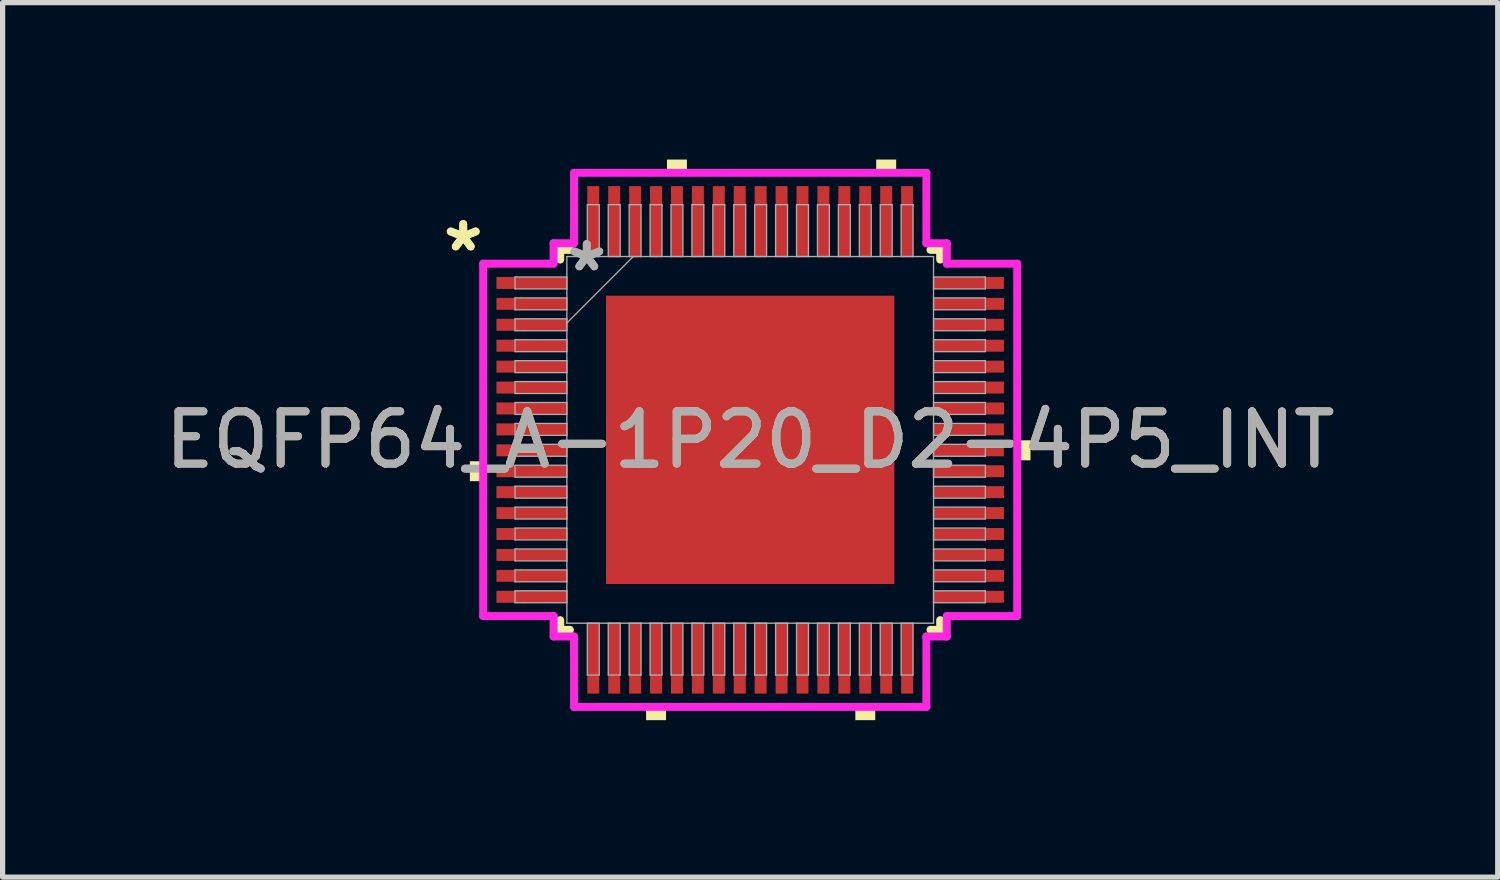
<source format=kicad_pcb>
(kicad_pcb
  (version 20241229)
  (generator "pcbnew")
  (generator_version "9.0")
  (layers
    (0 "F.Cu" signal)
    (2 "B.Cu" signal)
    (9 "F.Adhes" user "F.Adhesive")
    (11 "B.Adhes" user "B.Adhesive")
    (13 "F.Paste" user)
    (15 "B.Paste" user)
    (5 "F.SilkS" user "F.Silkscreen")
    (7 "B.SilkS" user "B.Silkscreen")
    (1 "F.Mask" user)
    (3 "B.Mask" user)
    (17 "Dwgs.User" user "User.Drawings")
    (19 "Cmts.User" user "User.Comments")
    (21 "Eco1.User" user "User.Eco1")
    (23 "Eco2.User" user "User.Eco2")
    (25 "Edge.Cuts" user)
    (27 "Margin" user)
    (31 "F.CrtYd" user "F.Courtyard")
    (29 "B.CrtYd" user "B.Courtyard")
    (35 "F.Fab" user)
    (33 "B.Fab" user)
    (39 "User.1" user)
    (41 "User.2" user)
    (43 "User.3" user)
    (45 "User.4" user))
  (footprint "EQFP64_A-1P20_D2-4P5_INT"
    (layer "F.Cu")
    (at 11.292 5.359)
    (property "Reference" "EQFP64_A-1P20_D2-4P5_INT" (at 0 0 0) (unlocked yes) (layer "F.SilkS") (effects (font (size 1 1) (thickness 0.15))))
    (attr smd)
    (fp_line (start -3.632 -3.632) (end -3.632 -3.447) (stroke (width 0.152) (type solid)) (layer "F.SilkS"))
    (fp_line (start -3.632 3.447) (end -3.632 3.632) (stroke (width 0.152) (type solid)) (layer "F.SilkS"))
    (fp_line (start -3.632 3.632) (end -3.447 3.632) (stroke (width 0.152) (type solid)) (layer "F.SilkS"))
    (fp_line (start -3.447 -3.632) (end -3.632 -3.632) (stroke (width 0.152) (type solid)) (layer "F.SilkS"))
    (fp_line (start 3.447 3.632) (end 3.632 3.632) (stroke (width 0.152) (type solid)) (layer "F.SilkS"))
    (fp_line (start 3.632 -3.632) (end 3.447 -3.632) (stroke (width 0.152) (type solid)) (layer "F.SilkS"))
    (fp_line (start 3.632 -3.447) (end 3.632 -3.632) (stroke (width 0.152) (type solid)) (layer "F.SilkS"))
    (fp_line (start 3.632 3.632) (end 3.632 3.447) (stroke (width 0.152) (type solid)) (layer "F.SilkS"))
    (fp_poly (pts (xy -5.359 0.409) (xy -5.359 0.79) (xy -5.105 0.79) (xy -5.105 0.409)) (stroke (width 0) (type solid)) (fill yes) (layer "F.SilkS"))
    (fp_poly (pts (xy -1.99 5.105) (xy -1.99 5.359) (xy -1.609 5.359) (xy -1.609 5.105)) (stroke (width 0) (type solid)) (fill yes) (layer "F.SilkS"))
    (fp_poly (pts (xy -1.591 -5.105) (xy -1.591 -5.359) (xy -1.21 -5.359) (xy -1.21 -5.105)) (stroke (width 0) (type solid)) (fill yes) (layer "F.SilkS"))
    (fp_poly (pts (xy 2.01 5.105) (xy 2.01 5.359) (xy 2.391 5.359) (xy 2.391 5.105)) (stroke (width 0) (type solid)) (fill yes) (layer "F.SilkS"))
    (fp_poly (pts (xy 2.409 -5.105) (xy 2.409 -5.359) (xy 2.791 -5.359) (xy 2.791 -5.105)) (stroke (width 0) (type solid)) (fill yes) (layer "F.SilkS"))
    (fp_poly (pts (xy 5.359 0.009) (xy 5.359 0.391) (xy 5.105 0.391) (xy 5.105 0.009)) (stroke (width 0) (type solid)) (fill yes) (layer "F.SilkS"))
    (fp_poly (pts (xy -2.656 -2.656) (xy -2.656 -1.478) (xy -1.478 -1.478) (xy -1.478 -2.656)) (stroke (width 0) (type solid)) (fill yes) (layer "F.Paste"))
    (fp_poly (pts (xy -2.656 -1.278) (xy -2.656 -0.1) (xy -1.478 -0.1) (xy -1.478 -1.278)) (stroke (width 0) (type solid)) (fill yes) (layer "F.Paste"))
    (fp_poly (pts (xy -2.656 0.1) (xy -2.656 1.278) (xy -1.478 1.278) (xy -1.478 0.1)) (stroke (width 0) (type solid)) (fill yes) (layer "F.Paste"))
    (fp_poly (pts (xy -2.656 1.478) (xy -2.656 2.656) (xy -1.478 2.656) (xy -1.478 1.478)) (stroke (width 0) (type solid)) (fill yes) (layer "F.Paste"))
    (fp_poly (pts (xy -1.278 -2.656) (xy -1.278 -1.478) (xy -0.1 -1.478) (xy -0.1 -2.656)) (stroke (width 0) (type solid)) (fill yes) (layer "F.Paste"))
    (fp_poly (pts (xy -1.278 -1.278) (xy -1.278 -0.1) (xy -0.1 -0.1) (xy -0.1 -1.278)) (stroke (width 0) (type solid)) (fill yes) (layer "F.Paste"))
    (fp_poly (pts (xy -1.278 0.1) (xy -1.278 1.278) (xy -0.1 1.278) (xy -0.1 0.1)) (stroke (width 0) (type solid)) (fill yes) (layer "F.Paste"))
    (fp_poly (pts (xy -1.278 1.478) (xy -1.278 2.656) (xy -0.1 2.656) (xy -0.1 1.478)) (stroke (width 0) (type solid)) (fill yes) (layer "F.Paste"))
    (fp_poly (pts (xy 0.1 -2.656) (xy 0.1 -1.478) (xy 1.278 -1.478) (xy 1.278 -2.656)) (stroke (width 0) (type solid)) (fill yes) (layer "F.Paste"))
    (fp_poly (pts (xy 0.1 -1.278) (xy 0.1 -0.1) (xy 1.278 -0.1) (xy 1.278 -1.278)) (stroke (width 0) (type solid)) (fill yes) (layer "F.Paste"))
    (fp_poly (pts (xy 0.1 0.1) (xy 0.1 1.278) (xy 1.278 1.278) (xy 1.278 0.1)) (stroke (width 0) (type solid)) (fill yes) (layer "F.Paste"))
    (fp_poly (pts (xy 0.1 1.478) (xy 0.1 2.656) (xy 1.278 2.656) (xy 1.278 1.478)) (stroke (width 0) (type solid)) (fill yes) (layer "F.Paste"))
    (fp_poly (pts (xy 1.478 -2.656) (xy 1.478 -1.478) (xy 2.656 -1.478) (xy 2.656 -2.656)) (stroke (width 0) (type solid)) (fill yes) (layer "F.Paste"))
    (fp_poly (pts (xy 1.478 -1.278) (xy 1.478 -0.1) (xy 2.656 -0.1) (xy 2.656 -1.278)) (stroke (width 0) (type solid)) (fill yes) (layer "F.Paste"))
    (fp_poly (pts (xy 1.478 0.1) (xy 1.478 1.278) (xy 2.656 1.278) (xy 2.656 0.1)) (stroke (width 0) (type solid)) (fill yes) (layer "F.Paste"))
    (fp_poly (pts (xy 1.478 1.478) (xy 1.478 2.656) (xy 2.656 2.656) (xy 2.656 1.478)) (stroke (width 0) (type solid)) (fill yes) (layer "F.Paste"))
    (fp_line (start -5.105 -3.368) (end -3.759 -3.368) (stroke (width 0.152) (type solid)) (layer "F.CrtYd"))
    (fp_line (start -5.105 3.368) (end -5.105 -3.368) (stroke (width 0.152) (type solid)) (layer "F.CrtYd"))
    (fp_line (start -3.759 -3.759) (end -3.368 -3.759) (stroke (width 0.152) (type solid)) (layer "F.CrtYd"))
    (fp_line (start -3.759 -3.368) (end -3.759 -3.759) (stroke (width 0.152) (type solid)) (layer "F.CrtYd"))
    (fp_line (start -3.759 3.368) (end -5.105 3.368) (stroke (width 0.152) (type solid)) (layer "F.CrtYd"))
    (fp_line (start -3.759 3.759) (end -3.759 3.368) (stroke (width 0.152) (type solid)) (layer "F.CrtYd"))
    (fp_line (start -3.759 3.759) (end -3.368 3.759) (stroke (width 0.152) (type solid)) (layer "F.CrtYd"))
    (fp_line (start -3.368 -5.105) (end 3.368 -5.105) (stroke (width 0.152) (type solid)) (layer "F.CrtYd"))
    (fp_line (start -3.368 -3.759) (end -3.368 -5.105) (stroke (width 0.152) (type solid)) (layer "F.CrtYd"))
    (fp_line (start -3.368 3.759) (end -3.368 5.105) (stroke (width 0.152) (type solid)) (layer "F.CrtYd"))
    (fp_line (start -3.368 5.105) (end 3.368 5.105) (stroke (width 0.152) (type solid)) (layer "F.CrtYd"))
    (fp_line (start 3.368 -5.105) (end 3.368 -3.759) (stroke (width 0.152) (type solid)) (layer "F.CrtYd"))
    (fp_line (start 3.368 -3.759) (end 3.759 -3.759) (stroke (width 0.152) (type solid)) (layer "F.CrtYd"))
    (fp_line (start 3.368 3.759) (end 3.759 3.759) (stroke (width 0.152) (type solid)) (layer "F.CrtYd"))
    (fp_line (start 3.368 5.105) (end 3.368 3.759) (stroke (width 0.152) (type solid)) (layer "F.CrtYd"))
    (fp_line (start 3.759 -3.368) (end 3.759 -3.759) (stroke (width 0.152) (type solid)) (layer "F.CrtYd"))
    (fp_line (start 3.759 3.368) (end 5.105 3.368) (stroke (width 0.152) (type solid)) (layer "F.CrtYd"))
    (fp_line (start 3.759 3.759) (end 3.759 3.368) (stroke (width 0.152) (type solid)) (layer "F.CrtYd"))
    (fp_line (start 5.105 -3.368) (end 3.759 -3.368) (stroke (width 0.152) (type solid)) (layer "F.CrtYd"))
    (fp_line (start 5.105 3.368) (end 5.105 -3.368) (stroke (width 0.152) (type solid)) (layer "F.CrtYd"))
    (fp_line (start -4.496 -3.114) (end -4.496 -2.886) (stroke (width 0.025) (type solid)) (layer "F.Fab"))
    (fp_line (start -4.496 -2.886) (end -3.505 -2.886) (stroke (width 0.025) (type solid)) (layer "F.Fab"))
    (fp_line (start -4.496 -2.714) (end -4.496 -2.486) (stroke (width 0.025) (type solid)) (layer "F.Fab"))
    (fp_line (start -4.496 -2.486) (end -3.505 -2.486) (stroke (width 0.025) (type solid)) (layer "F.Fab"))
    (fp_line (start -4.496 -2.314) (end -4.496 -2.086) (stroke (width 0.025) (type solid)) (layer "F.Fab"))
    (fp_line (start -4.496 -2.086) (end -3.505 -2.086) (stroke (width 0.025) (type solid)) (layer "F.Fab"))
    (fp_line (start -4.496 -1.914) (end -4.496 -1.686) (stroke (width 0.025) (type solid)) (layer "F.Fab"))
    (fp_line (start -4.496 -1.686) (end -3.505 -1.686) (stroke (width 0.025) (type solid)) (layer "F.Fab"))
    (fp_line (start -4.496 -1.514) (end -4.496 -1.286) (stroke (width 0.025) (type solid)) (layer "F.Fab"))
    (fp_line (start -4.496 -1.286) (end -3.505 -1.286) (stroke (width 0.025) (type solid)) (layer "F.Fab"))
    (fp_line (start -4.496 -1.114) (end -4.496 -0.886) (stroke (width 0.025) (type solid)) (layer "F.Fab"))
    (fp_line (start -4.496 -0.886) (end -3.505 -0.886) (stroke (width 0.025) (type solid)) (layer "F.Fab"))
    (fp_line (start -4.496 -0.714) (end -4.496 -0.486) (stroke (width 0.025) (type solid)) (layer "F.Fab"))
    (fp_line (start -4.496 -0.486) (end -3.505 -0.486) (stroke (width 0.025) (type solid)) (layer "F.Fab"))
    (fp_line (start -4.496 -0.314) (end -4.496 -0.086) (stroke (width 0.025) (type solid)) (layer "F.Fab"))
    (fp_line (start -4.496 -0.086) (end -3.505 -0.086) (stroke (width 0.025) (type solid)) (layer "F.Fab"))
    (fp_line (start -4.496 0.086) (end -4.496 0.314) (stroke (width 0.025) (type solid)) (layer "F.Fab"))
    (fp_line (start -4.496 0.314) (end -3.505 0.314) (stroke (width 0.025) (type solid)) (layer "F.Fab"))
    (fp_line (start -4.496 0.486) (end -4.496 0.714) (stroke (width 0.025) (type solid)) (layer "F.Fab"))
    (fp_line (start -4.496 0.714) (end -3.505 0.714) (stroke (width 0.025) (type solid)) (layer "F.Fab"))
    (fp_line (start -4.496 0.886) (end -4.496 1.114) (stroke (width 0.025) (type solid)) (layer "F.Fab"))
    (fp_line (start -4.496 1.114) (end -3.505 1.114) (stroke (width 0.025) (type solid)) (layer "F.Fab"))
    (fp_line (start -4.496 1.286) (end -4.496 1.514) (stroke (width 0.025) (type solid)) (layer "F.Fab"))
    (fp_line (start -4.496 1.514) (end -3.505 1.514) (stroke (width 0.025) (type solid)) (layer "F.Fab"))
    (fp_line (start -4.496 1.686) (end -4.496 1.914) (stroke (width 0.025) (type solid)) (layer "F.Fab"))
    (fp_line (start -4.496 1.914) (end -3.505 1.914) (stroke (width 0.025) (type solid)) (layer "F.Fab"))
    (fp_line (start -4.496 2.086) (end -4.496 2.314) (stroke (width 0.025) (type solid)) (layer "F.Fab"))
    (fp_line (start -4.496 2.314) (end -3.505 2.314) (stroke (width 0.025) (type solid)) (layer "F.Fab"))
    (fp_line (start -4.496 2.486) (end -4.496 2.714) (stroke (width 0.025) (type solid)) (layer "F.Fab"))
    (fp_line (start -4.496 2.714) (end -3.505 2.714) (stroke (width 0.025) (type solid)) (layer "F.Fab"))
    (fp_line (start -4.496 2.886) (end -4.496 3.114) (stroke (width 0.025) (type solid)) (layer "F.Fab"))
    (fp_line (start -4.496 3.114) (end -3.505 3.114) (stroke (width 0.025) (type solid)) (layer "F.Fab"))
    (fp_line (start -3.505 -3.505) (end -3.505 -3.505) (stroke (width 0.025) (type solid)) (layer "F.Fab"))
    (fp_line (start -3.505 -3.505) (end -3.505 3.505) (stroke (width 0.025) (type solid)) (layer "F.Fab"))
    (fp_line (start -3.505 -3.114) (end -4.496 -3.114) (stroke (width 0.025) (type solid)) (layer "F.Fab"))
    (fp_line (start -3.505 -2.886) (end -3.505 -3.114) (stroke (width 0.025) (type solid)) (layer "F.Fab"))
    (fp_line (start -3.505 -2.714) (end -4.496 -2.714) (stroke (width 0.025) (type solid)) (layer "F.Fab"))
    (fp_line (start -3.505 -2.486) (end -3.505 -2.714) (stroke (width 0.025) (type solid)) (layer "F.Fab"))
    (fp_line (start -3.505 -2.314) (end -4.496 -2.314) (stroke (width 0.025) (type solid)) (layer "F.Fab"))
    (fp_line (start -3.505 -2.235) (end -2.235 -3.505) (stroke (width 0.025) (type solid)) (layer "F.Fab"))
    (fp_line (start -3.505 -2.086) (end -3.505 -2.314) (stroke (width 0.025) (type solid)) (layer "F.Fab"))
    (fp_line (start -3.505 -1.914) (end -4.496 -1.914) (stroke (width 0.025) (type solid)) (layer "F.Fab"))
    (fp_line (start -3.505 -1.686) (end -3.505 -1.914) (stroke (width 0.025) (type solid)) (layer "F.Fab"))
    (fp_line (start -3.505 -1.514) (end -4.496 -1.514) (stroke (width 0.025) (type solid)) (layer "F.Fab"))
    (fp_line (start -3.505 -1.286) (end -3.505 -1.514) (stroke (width 0.025) (type solid)) (layer "F.Fab"))
    (fp_line (start -3.505 -1.114) (end -4.496 -1.114) (stroke (width 0.025) (type solid)) (layer "F.Fab"))
    (fp_line (start -3.505 -0.886) (end -3.505 -1.114) (stroke (width 0.025) (type solid)) (layer "F.Fab"))
    (fp_line (start -3.505 -0.714) (end -4.496 -0.714) (stroke (width 0.025) (type solid)) (layer "F.Fab"))
    (fp_line (start -3.505 -0.486) (end -3.505 -0.714) (stroke (width 0.025) (type solid)) (layer "F.Fab"))
    (fp_line (start -3.505 -0.314) (end -4.496 -0.314) (stroke (width 0.025) (type solid)) (layer "F.Fab"))
    (fp_line (start -3.505 -0.086) (end -3.505 -0.314) (stroke (width 0.025) (type solid)) (layer "F.Fab"))
    (fp_line (start -3.505 0.086) (end -4.496 0.086) (stroke (width 0.025) (type solid)) (layer "F.Fab"))
    (fp_line (start -3.505 0.314) (end -3.505 0.086) (stroke (width 0.025) (type solid)) (layer "F.Fab"))
    (fp_line (start -3.505 0.486) (end -4.496 0.486) (stroke (width 0.025) (type solid)) (layer "F.Fab"))
    (fp_line (start -3.505 0.714) (end -3.505 0.486) (stroke (width 0.025) (type solid)) (layer "F.Fab"))
    (fp_line (start -3.505 0.886) (end -4.496 0.886) (stroke (width 0.025) (type solid)) (layer "F.Fab"))
    (fp_line (start -3.505 1.114) (end -3.505 0.886) (stroke (width 0.025) (type solid)) (layer "F.Fab"))
    (fp_line (start -3.505 1.286) (end -4.496 1.286) (stroke (width 0.025) (type solid)) (layer "F.Fab"))
    (fp_line (start -3.505 1.514) (end -3.505 1.286) (stroke (width 0.025) (type solid)) (layer "F.Fab"))
    (fp_line (start -3.505 1.686) (end -4.496 1.686) (stroke (width 0.025) (type solid)) (layer "F.Fab"))
    (fp_line (start -3.505 1.914) (end -3.505 1.686) (stroke (width 0.025) (type solid)) (layer "F.Fab"))
    (fp_line (start -3.505 2.086) (end -4.496 2.086) (stroke (width 0.025) (type solid)) (layer "F.Fab"))
    (fp_line (start -3.505 2.314) (end -3.505 2.086) (stroke (width 0.025) (type solid)) (layer "F.Fab"))
    (fp_line (start -3.505 2.486) (end -4.496 2.486) (stroke (width 0.025) (type solid)) (layer "F.Fab"))
    (fp_line (start -3.505 2.714) (end -3.505 2.486) (stroke (width 0.025) (type solid)) (layer "F.Fab"))
    (fp_line (start -3.505 2.886) (end -4.496 2.886) (stroke (width 0.025) (type solid)) (layer "F.Fab"))
    (fp_line (start -3.505 3.114) (end -3.505 2.886) (stroke (width 0.025) (type solid)) (layer "F.Fab"))
    (fp_line (start -3.505 3.505) (end -3.505 3.505) (stroke (width 0.025) (type solid)) (layer "F.Fab"))
    (fp_line (start -3.505 3.505) (end 3.505 3.505) (stroke (width 0.025) (type solid)) (layer "F.Fab"))
    (fp_line (start -3.114 -4.496) (end -3.114 -3.505) (stroke (width 0.025) (type solid)) (layer "F.Fab"))
    (fp_line (start -3.114 -3.505) (end -2.886 -3.505) (stroke (width 0.025) (type solid)) (layer "F.Fab"))
    (fp_line (start -3.114 3.505) (end -3.114 4.496) (stroke (width 0.025) (type solid)) (layer "F.Fab"))
    (fp_line (start -3.114 4.496) (end -2.886 4.496) (stroke (width 0.025) (type solid)) (layer "F.Fab"))
    (fp_line (start -2.886 -4.496) (end -3.114 -4.496) (stroke (width 0.025) (type solid)) (layer "F.Fab"))
    (fp_line (start -2.886 -3.505) (end -2.886 -4.496) (stroke (width 0.025) (type solid)) (layer "F.Fab"))
    (fp_line (start -2.886 3.505) (end -3.114 3.505) (stroke (width 0.025) (type solid)) (layer "F.Fab"))
    (fp_line (start -2.886 4.496) (end -2.886 3.505) (stroke (width 0.025) (type solid)) (layer "F.Fab"))
    (fp_line (start -2.714 -4.496) (end -2.714 -3.505) (stroke (width 0.025) (type solid)) (layer "F.Fab"))
    (fp_line (start -2.714 -3.505) (end -2.486 -3.505) (stroke (width 0.025) (type solid)) (layer "F.Fab"))
    (fp_line (start -2.714 3.505) (end -2.714 4.496) (stroke (width 0.025) (type solid)) (layer "F.Fab"))
    (fp_line (start -2.714 4.496) (end -2.486 4.496) (stroke (width 0.025) (type solid)) (layer "F.Fab"))
    (fp_line (start -2.486 -4.496) (end -2.714 -4.496) (stroke (width 0.025) (type solid)) (layer "F.Fab"))
    (fp_line (start -2.486 -3.505) (end -2.486 -4.496) (stroke (width 0.025) (type solid)) (layer "F.Fab"))
    (fp_line (start -2.486 3.505) (end -2.714 3.505) (stroke (width 0.025) (type solid)) (layer "F.Fab"))
    (fp_line (start -2.486 4.496) (end -2.486 3.505) (stroke (width 0.025) (type solid)) (layer "F.Fab"))
    (fp_line (start -2.314 -4.496) (end -2.314 -3.505) (stroke (width 0.025) (type solid)) (layer "F.Fab"))
    (fp_line (start -2.314 -3.505) (end -2.086 -3.505) (stroke (width 0.025) (type solid)) (layer "F.Fab"))
    (fp_line (start -2.314 3.505) (end -2.314 4.496) (stroke (width 0.025) (type solid)) (layer "F.Fab"))
    (fp_line (start -2.314 4.496) (end -2.086 4.496) (stroke (width 0.025) (type solid)) (layer "F.Fab"))
    (fp_line (start -2.086 -4.496) (end -2.314 -4.496) (stroke (width 0.025) (type solid)) (layer "F.Fab"))
    (fp_line (start -2.086 -3.505) (end -2.086 -4.496) (stroke (width 0.025) (type solid)) (layer "F.Fab"))
    (fp_line (start -2.086 3.505) (end -2.314 3.505) (stroke (width 0.025) (type solid)) (layer "F.Fab"))
    (fp_line (start -2.086 4.496) (end -2.086 3.505) (stroke (width 0.025) (type solid)) (layer "F.Fab"))
    (fp_line (start -1.914 -4.496) (end -1.914 -3.505) (stroke (width 0.025) (type solid)) (layer "F.Fab"))
    (fp_line (start -1.914 -3.505) (end -1.686 -3.505) (stroke (width 0.025) (type solid)) (layer "F.Fab"))
    (fp_line (start -1.914 3.505) (end -1.914 4.496) (stroke (width 0.025) (type solid)) (layer "F.Fab"))
    (fp_line (start -1.914 4.496) (end -1.686 4.496) (stroke (width 0.025) (type solid)) (layer "F.Fab"))
    (fp_line (start -1.686 -4.496) (end -1.914 -4.496) (stroke (width 0.025) (type solid)) (layer "F.Fab"))
    (fp_line (start -1.686 -3.505) (end -1.686 -4.496) (stroke (width 0.025) (type solid)) (layer "F.Fab"))
    (fp_line (start -1.686 3.505) (end -1.914 3.505) (stroke (width 0.025) (type solid)) (layer "F.Fab"))
    (fp_line (start -1.686 4.496) (end -1.686 3.505) (stroke (width 0.025) (type solid)) (layer "F.Fab"))
    (fp_line (start -1.514 -4.496) (end -1.514 -3.505) (stroke (width 0.025) (type solid)) (layer "F.Fab"))
    (fp_line (start -1.514 -3.505) (end -1.286 -3.505) (stroke (width 0.025) (type solid)) (layer "F.Fab"))
    (fp_line (start -1.514 3.505) (end -1.514 4.496) (stroke (width 0.025) (type solid)) (layer "F.Fab"))
    (fp_line (start -1.514 4.496) (end -1.286 4.496) (stroke (width 0.025) (type solid)) (layer "F.Fab"))
    (fp_line (start -1.286 -4.496) (end -1.514 -4.496) (stroke (width 0.025) (type solid)) (layer "F.Fab"))
    (fp_line (start -1.286 -3.505) (end -1.286 -4.496) (stroke (width 0.025) (type solid)) (layer "F.Fab"))
    (fp_line (start -1.286 3.505) (end -1.514 3.505) (stroke (width 0.025) (type solid)) (layer "F.Fab"))
    (fp_line (start -1.286 4.496) (end -1.286 3.505) (stroke (width 0.025) (type solid)) (layer "F.Fab"))
    (fp_line (start -1.114 -4.496) (end -1.114 -3.505) (stroke (width 0.025) (type solid)) (layer "F.Fab"))
    (fp_line (start -1.114 -3.505) (end -0.886 -3.505) (stroke (width 0.025) (type solid)) (layer "F.Fab"))
    (fp_line (start -1.114 3.505) (end -1.114 4.496) (stroke (width 0.025) (type solid)) (layer "F.Fab"))
    (fp_line (start -1.114 4.496) (end -0.886 4.496) (stroke (width 0.025) (type solid)) (layer "F.Fab"))
    (fp_line (start -0.886 -4.496) (end -1.114 -4.496) (stroke (width 0.025) (type solid)) (layer "F.Fab"))
    (fp_line (start -0.886 -3.505) (end -0.886 -4.496) (stroke (width 0.025) (type solid)) (layer "F.Fab"))
    (fp_line (start -0.886 3.505) (end -1.114 3.505) (stroke (width 0.025) (type solid)) (layer "F.Fab"))
    (fp_line (start -0.886 4.496) (end -0.886 3.505) (stroke (width 0.025) (type solid)) (layer "F.Fab"))
    (fp_line (start -0.714 -4.496) (end -0.714 -3.505) (stroke (width 0.025) (type solid)) (layer "F.Fab"))
    (fp_line (start -0.714 -3.505) (end -0.486 -3.505) (stroke (width 0.025) (type solid)) (layer "F.Fab"))
    (fp_line (start -0.714 3.505) (end -0.714 4.496) (stroke (width 0.025) (type solid)) (layer "F.Fab"))
    (fp_line (start -0.714 4.496) (end -0.486 4.496) (stroke (width 0.025) (type solid)) (layer "F.Fab"))
    (fp_line (start -0.486 -4.496) (end -0.714 -4.496) (stroke (width 0.025) (type solid)) (layer "F.Fab"))
    (fp_line (start -0.486 -3.505) (end -0.486 -4.496) (stroke (width 0.025) (type solid)) (layer "F.Fab"))
    (fp_line (start -0.486 3.505) (end -0.714 3.505) (stroke (width 0.025) (type solid)) (layer "F.Fab"))
    (fp_line (start -0.486 4.496) (end -0.486 3.505) (stroke (width 0.025) (type solid)) (layer "F.Fab"))
    (fp_line (start -0.314 -4.496) (end -0.314 -3.505) (stroke (width 0.025) (type solid)) (layer "F.Fab"))
    (fp_line (start -0.314 -3.505) (end -0.086 -3.505) (stroke (width 0.025) (type solid)) (layer "F.Fab"))
    (fp_line (start -0.314 3.505) (end -0.314 4.496) (stroke (width 0.025) (type solid)) (layer "F.Fab"))
    (fp_line (start -0.314 4.496) (end -0.086 4.496) (stroke (width 0.025) (type solid)) (layer "F.Fab"))
    (fp_line (start -0.086 -4.496) (end -0.314 -4.496) (stroke (width 0.025) (type solid)) (layer "F.Fab"))
    (fp_line (start -0.086 -3.505) (end -0.086 -4.496) (stroke (width 0.025) (type solid)) (layer "F.Fab"))
    (fp_line (start -0.086 3.505) (end -0.314 3.505) (stroke (width 0.025) (type solid)) (layer "F.Fab"))
    (fp_line (start -0.086 4.496) (end -0.086 3.505) (stroke (width 0.025) (type solid)) (layer "F.Fab"))
    (fp_line (start 0.086 -4.496) (end 0.086 -3.505) (stroke (width 0.025) (type solid)) (layer "F.Fab"))
    (fp_line (start 0.086 -3.505) (end 0.314 -3.505) (stroke (width 0.025) (type solid)) (layer "F.Fab"))
    (fp_line (start 0.086 3.505) (end 0.086 4.496) (stroke (width 0.025) (type solid)) (layer "F.Fab"))
    (fp_line (start 0.086 4.496) (end 0.314 4.496) (stroke (width 0.025) (type solid)) (layer "F.Fab"))
    (fp_line (start 0.314 -4.496) (end 0.086 -4.496) (stroke (width 0.025) (type solid)) (layer "F.Fab"))
    (fp_line (start 0.314 -3.505) (end 0.314 -4.496) (stroke (width 0.025) (type solid)) (layer "F.Fab"))
    (fp_line (start 0.314 3.505) (end 0.086 3.505) (stroke (width 0.025) (type solid)) (layer "F.Fab"))
    (fp_line (start 0.314 4.496) (end 0.314 3.505) (stroke (width 0.025) (type solid)) (layer "F.Fab"))
    (fp_line (start 0.486 -4.496) (end 0.486 -3.505) (stroke (width 0.025) (type solid)) (layer "F.Fab"))
    (fp_line (start 0.486 -3.505) (end 0.714 -3.505) (stroke (width 0.025) (type solid)) (layer "F.Fab"))
    (fp_line (start 0.486 3.505) (end 0.486 4.496) (stroke (width 0.025) (type solid)) (layer "F.Fab"))
    (fp_line (start 0.486 4.496) (end 0.714 4.496) (stroke (width 0.025) (type solid)) (layer "F.Fab"))
    (fp_line (start 0.714 -4.496) (end 0.486 -4.496) (stroke (width 0.025) (type solid)) (layer "F.Fab"))
    (fp_line (start 0.714 -3.505) (end 0.714 -4.496) (stroke (width 0.025) (type solid)) (layer "F.Fab"))
    (fp_line (start 0.714 3.505) (end 0.486 3.505) (stroke (width 0.025) (type solid)) (layer "F.Fab"))
    (fp_line (start 0.714 4.496) (end 0.714 3.505) (stroke (width 0.025) (type solid)) (layer "F.Fab"))
    (fp_line (start 0.886 -4.496) (end 0.886 -3.505) (stroke (width 0.025) (type solid)) (layer "F.Fab"))
    (fp_line (start 0.886 -3.505) (end 1.114 -3.505) (stroke (width 0.025) (type solid)) (layer "F.Fab"))
    (fp_line (start 0.886 3.505) (end 0.886 4.496) (stroke (width 0.025) (type solid)) (layer "F.Fab"))
    (fp_line (start 0.886 4.496) (end 1.114 4.496) (stroke (width 0.025) (type solid)) (layer "F.Fab"))
    (fp_line (start 1.114 -4.496) (end 0.886 -4.496) (stroke (width 0.025) (type solid)) (layer "F.Fab"))
    (fp_line (start 1.114 -3.505) (end 1.114 -4.496) (stroke (width 0.025) (type solid)) (layer "F.Fab"))
    (fp_line (start 1.114 3.505) (end 0.886 3.505) (stroke (width 0.025) (type solid)) (layer "F.Fab"))
    (fp_line (start 1.114 4.496) (end 1.114 3.505) (stroke (width 0.025) (type solid)) (layer "F.Fab"))
    (fp_line (start 1.286 -4.496) (end 1.286 -3.505) (stroke (width 0.025) (type solid)) (layer "F.Fab"))
    (fp_line (start 1.286 -3.505) (end 1.514 -3.505) (stroke (width 0.025) (type solid)) (layer "F.Fab"))
    (fp_line (start 1.286 3.505) (end 1.286 4.496) (stroke (width 0.025) (type solid)) (layer "F.Fab"))
    (fp_line (start 1.286 4.496) (end 1.514 4.496) (stroke (width 0.025) (type solid)) (layer "F.Fab"))
    (fp_line (start 1.514 -4.496) (end 1.286 -4.496) (stroke (width 0.025) (type solid)) (layer "F.Fab"))
    (fp_line (start 1.514 -3.505) (end 1.514 -4.496) (stroke (width 0.025) (type solid)) (layer "F.Fab"))
    (fp_line (start 1.514 3.505) (end 1.286 3.505) (stroke (width 0.025) (type solid)) (layer "F.Fab"))
    (fp_line (start 1.514 4.496) (end 1.514 3.505) (stroke (width 0.025) (type solid)) (layer "F.Fab"))
    (fp_line (start 1.686 -4.496) (end 1.686 -3.505) (stroke (width 0.025) (type solid)) (layer "F.Fab"))
    (fp_line (start 1.686 -3.505) (end 1.914 -3.505) (stroke (width 0.025) (type solid)) (layer "F.Fab"))
    (fp_line (start 1.686 3.505) (end 1.686 4.496) (stroke (width 0.025) (type solid)) (layer "F.Fab"))
    (fp_line (start 1.686 4.496) (end 1.914 4.496) (stroke (width 0.025) (type solid)) (layer "F.Fab"))
    (fp_line (start 1.914 -4.496) (end 1.686 -4.496) (stroke (width 0.025) (type solid)) (layer "F.Fab"))
    (fp_line (start 1.914 -3.505) (end 1.914 -4.496) (stroke (width 0.025) (type solid)) (layer "F.Fab"))
    (fp_line (start 1.914 3.505) (end 1.686 3.505) (stroke (width 0.025) (type solid)) (layer "F.Fab"))
    (fp_line (start 1.914 4.496) (end 1.914 3.505) (stroke (width 0.025) (type solid)) (layer "F.Fab"))
    (fp_line (start 2.086 -4.496) (end 2.086 -3.505) (stroke (width 0.025) (type solid)) (layer "F.Fab"))
    (fp_line (start 2.086 -3.505) (end 2.314 -3.505) (stroke (width 0.025) (type solid)) (layer "F.Fab"))
    (fp_line (start 2.086 3.505) (end 2.086 4.496) (stroke (width 0.025) (type solid)) (layer "F.Fab"))
    (fp_line (start 2.086 4.496) (end 2.314 4.496) (stroke (width 0.025) (type solid)) (layer "F.Fab"))
    (fp_line (start 2.314 -4.496) (end 2.086 -4.496) (stroke (width 0.025) (type solid)) (layer "F.Fab"))
    (fp_line (start 2.314 -3.505) (end 2.314 -4.496) (stroke (width 0.025) (type solid)) (layer "F.Fab"))
    (fp_line (start 2.314 3.505) (end 2.086 3.505) (stroke (width 0.025) (type solid)) (layer "F.Fab"))
    (fp_line (start 2.314 4.496) (end 2.314 3.505) (stroke (width 0.025) (type solid)) (layer "F.Fab"))
    (fp_line (start 2.486 -4.496) (end 2.486 -3.505) (stroke (width 0.025) (type solid)) (layer "F.Fab"))
    (fp_line (start 2.486 -3.505) (end 2.714 -3.505) (stroke (width 0.025) (type solid)) (layer "F.Fab"))
    (fp_line (start 2.486 3.505) (end 2.486 4.496) (stroke (width 0.025) (type solid)) (layer "F.Fab"))
    (fp_line (start 2.486 4.496) (end 2.714 4.496) (stroke (width 0.025) (type solid)) (layer "F.Fab"))
    (fp_line (start 2.714 -4.496) (end 2.486 -4.496) (stroke (width 0.025) (type solid)) (layer "F.Fab"))
    (fp_line (start 2.714 -3.505) (end 2.714 -4.496) (stroke (width 0.025) (type solid)) (layer "F.Fab"))
    (fp_line (start 2.714 3.505) (end 2.486 3.505) (stroke (width 0.025) (type solid)) (layer "F.Fab"))
    (fp_line (start 2.714 4.496) (end 2.714 3.505) (stroke (width 0.025) (type solid)) (layer "F.Fab"))
    (fp_line (start 2.886 -4.496) (end 2.886 -3.505) (stroke (width 0.025) (type solid)) (layer "F.Fab"))
    (fp_line (start 2.886 -3.505) (end 3.114 -3.505) (stroke (width 0.025) (type solid)) (layer "F.Fab"))
    (fp_line (start 2.886 3.505) (end 2.886 4.496) (stroke (width 0.025) (type solid)) (layer "F.Fab"))
    (fp_line (start 2.886 4.496) (end 3.114 4.496) (stroke (width 0.025) (type solid)) (layer "F.Fab"))
    (fp_line (start 3.114 -4.496) (end 2.886 -4.496) (stroke (width 0.025) (type solid)) (layer "F.Fab"))
    (fp_line (start 3.114 -3.505) (end 3.114 -4.496) (stroke (width 0.025) (type solid)) (layer "F.Fab"))
    (fp_line (start 3.114 3.505) (end 2.886 3.505) (stroke (width 0.025) (type solid)) (layer "F.Fab"))
    (fp_line (start 3.114 4.496) (end 3.114 3.505) (stroke (width 0.025) (type solid)) (layer "F.Fab"))
    (fp_line (start 3.505 -3.505) (end -3.505 -3.505) (stroke (width 0.025) (type solid)) (layer "F.Fab"))
    (fp_line (start 3.505 -3.505) (end 3.505 -3.505) (stroke (width 0.025) (type solid)) (layer "F.Fab"))
    (fp_line (start 3.505 -3.114) (end 3.505 -2.886) (stroke (width 0.025) (type solid)) (layer "F.Fab"))
    (fp_line (start 3.505 -2.886) (end 4.496 -2.886) (stroke (width 0.025) (type solid)) (layer "F.Fab"))
    (fp_line (start 3.505 -2.714) (end 3.505 -2.486) (stroke (width 0.025) (type solid)) (layer "F.Fab"))
    (fp_line (start 3.505 -2.486) (end 4.496 -2.486) (stroke (width 0.025) (type solid)) (layer "F.Fab"))
    (fp_line (start 3.505 -2.314) (end 3.505 -2.086) (stroke (width 0.025) (type solid)) (layer "F.Fab"))
    (fp_line (start 3.505 -2.086) (end 4.496 -2.086) (stroke (width 0.025) (type solid)) (layer "F.Fab"))
    (fp_line (start 3.505 -1.914) (end 3.505 -1.686) (stroke (width 0.025) (type solid)) (layer "F.Fab"))
    (fp_line (start 3.505 -1.686) (end 4.496 -1.686) (stroke (width 0.025) (type solid)) (layer "F.Fab"))
    (fp_line (start 3.505 -1.514) (end 3.505 -1.286) (stroke (width 0.025) (type solid)) (layer "F.Fab"))
    (fp_line (start 3.505 -1.286) (end 4.496 -1.286) (stroke (width 0.025) (type solid)) (layer "F.Fab"))
    (fp_line (start 3.505 -1.114) (end 3.505 -0.886) (stroke (width 0.025) (type solid)) (layer "F.Fab"))
    (fp_line (start 3.505 -0.886) (end 4.496 -0.886) (stroke (width 0.025) (type solid)) (layer "F.Fab"))
    (fp_line (start 3.505 -0.714) (end 3.505 -0.486) (stroke (width 0.025) (type solid)) (layer "F.Fab"))
    (fp_line (start 3.505 -0.486) (end 4.496 -0.486) (stroke (width 0.025) (type solid)) (layer "F.Fab"))
    (fp_line (start 3.505 -0.314) (end 3.505 -0.086) (stroke (width 0.025) (type solid)) (layer "F.Fab"))
    (fp_line (start 3.505 -0.086) (end 4.496 -0.086) (stroke (width 0.025) (type solid)) (layer "F.Fab"))
    (fp_line (start 3.505 0.086) (end 3.505 0.314) (stroke (width 0.025) (type solid)) (layer "F.Fab"))
    (fp_line (start 3.505 0.314) (end 4.496 0.314) (stroke (width 0.025) (type solid)) (layer "F.Fab"))
    (fp_line (start 3.505 0.486) (end 3.505 0.714) (stroke (width 0.025) (type solid)) (layer "F.Fab"))
    (fp_line (start 3.505 0.714) (end 4.496 0.714) (stroke (width 0.025) (type solid)) (layer "F.Fab"))
    (fp_line (start 3.505 0.886) (end 3.505 1.114) (stroke (width 0.025) (type solid)) (layer "F.Fab"))
    (fp_line (start 3.505 1.114) (end 4.496 1.114) (stroke (width 0.025) (type solid)) (layer "F.Fab"))
    (fp_line (start 3.505 1.286) (end 3.505 1.514) (stroke (width 0.025) (type solid)) (layer "F.Fab"))
    (fp_line (start 3.505 1.514) (end 4.496 1.514) (stroke (width 0.025) (type solid)) (layer "F.Fab"))
    (fp_line (start 3.505 1.686) (end 3.505 1.914) (stroke (width 0.025) (type solid)) (layer "F.Fab"))
    (fp_line (start 3.505 1.914) (end 4.496 1.914) (stroke (width 0.025) (type solid)) (layer "F.Fab"))
    (fp_line (start 3.505 2.086) (end 3.505 2.314) (stroke (width 0.025) (type solid)) (layer "F.Fab"))
    (fp_line (start 3.505 2.314) (end 4.496 2.314) (stroke (width 0.025) (type solid)) (layer "F.Fab"))
    (fp_line (start 3.505 2.486) (end 3.505 2.714) (stroke (width 0.025) (type solid)) (layer "F.Fab"))
    (fp_line (start 3.505 2.714) (end 4.496 2.714) (stroke (width 0.025) (type solid)) (layer "F.Fab"))
    (fp_line (start 3.505 2.886) (end 3.505 3.114) (stroke (width 0.025) (type solid)) (layer "F.Fab"))
    (fp_line (start 3.505 3.114) (end 4.496 3.114) (stroke (width 0.025) (type solid)) (layer "F.Fab"))
    (fp_line (start 3.505 3.505) (end 3.505 -3.505) (stroke (width 0.025) (type solid)) (layer "F.Fab"))
    (fp_line (start 3.505 3.505) (end 3.505 3.505) (stroke (width 0.025) (type solid)) (layer "F.Fab"))
    (fp_line (start 4.496 -3.114) (end 3.505 -3.114) (stroke (width 0.025) (type solid)) (layer "F.Fab"))
    (fp_line (start 4.496 -2.886) (end 4.496 -3.114) (stroke (width 0.025) (type solid)) (layer "F.Fab"))
    (fp_line (start 4.496 -2.714) (end 3.505 -2.714) (stroke (width 0.025) (type solid)) (layer "F.Fab"))
    (fp_line (start 4.496 -2.486) (end 4.496 -2.714) (stroke (width 0.025) (type solid)) (layer "F.Fab"))
    (fp_line (start 4.496 -2.314) (end 3.505 -2.314) (stroke (width 0.025) (type solid)) (layer "F.Fab"))
    (fp_line (start 4.496 -2.086) (end 4.496 -2.314) (stroke (width 0.025) (type solid)) (layer "F.Fab"))
    (fp_line (start 4.496 -1.914) (end 3.505 -1.914) (stroke (width 0.025) (type solid)) (layer "F.Fab"))
    (fp_line (start 4.496 -1.686) (end 4.496 -1.914) (stroke (width 0.025) (type solid)) (layer "F.Fab"))
    (fp_line (start 4.496 -1.514) (end 3.505 -1.514) (stroke (width 0.025) (type solid)) (layer "F.Fab"))
    (fp_line (start 4.496 -1.286) (end 4.496 -1.514) (stroke (width 0.025) (type solid)) (layer "F.Fab"))
    (fp_line (start 4.496 -1.114) (end 3.505 -1.114) (stroke (width 0.025) (type solid)) (layer "F.Fab"))
    (fp_line (start 4.496 -0.886) (end 4.496 -1.114) (stroke (width 0.025) (type solid)) (layer "F.Fab"))
    (fp_line (start 4.496 -0.714) (end 3.505 -0.714) (stroke (width 0.025) (type solid)) (layer "F.Fab"))
    (fp_line (start 4.496 -0.486) (end 4.496 -0.714) (stroke (width 0.025) (type solid)) (layer "F.Fab"))
    (fp_line (start 4.496 -0.314) (end 3.505 -0.314) (stroke (width 0.025) (type solid)) (layer "F.Fab"))
    (fp_line (start 4.496 -0.086) (end 4.496 -0.314) (stroke (width 0.025) (type solid)) (layer "F.Fab"))
    (fp_line (start 4.496 0.086) (end 3.505 0.086) (stroke (width 0.025) (type solid)) (layer "F.Fab"))
    (fp_line (start 4.496 0.314) (end 4.496 0.086) (stroke (width 0.025) (type solid)) (layer "F.Fab"))
    (fp_line (start 4.496 0.486) (end 3.505 0.486) (stroke (width 0.025) (type solid)) (layer "F.Fab"))
    (fp_line (start 4.496 0.714) (end 4.496 0.486) (stroke (width 0.025) (type solid)) (layer "F.Fab"))
    (fp_line (start 4.496 0.886) (end 3.505 0.886) (stroke (width 0.025) (type solid)) (layer "F.Fab"))
    (fp_line (start 4.496 1.114) (end 4.496 0.886) (stroke (width 0.025) (type solid)) (layer "F.Fab"))
    (fp_line (start 4.496 1.286) (end 3.505 1.286) (stroke (width 0.025) (type solid)) (layer "F.Fab"))
    (fp_line (start 4.496 1.514) (end 4.496 1.286) (stroke (width 0.025) (type solid)) (layer "F.Fab"))
    (fp_line (start 4.496 1.686) (end 3.505 1.686) (stroke (width 0.025) (type solid)) (layer "F.Fab"))
    (fp_line (start 4.496 1.914) (end 4.496 1.686) (stroke (width 0.025) (type solid)) (layer "F.Fab"))
    (fp_line (start 4.496 2.086) (end 3.505 2.086) (stroke (width 0.025) (type solid)) (layer "F.Fab"))
    (fp_line (start 4.496 2.314) (end 4.496 2.086) (stroke (width 0.025) (type solid)) (layer "F.Fab"))
    (fp_line (start 4.496 2.486) (end 3.505 2.486) (stroke (width 0.025) (type solid)) (layer "F.Fab"))
    (fp_line (start 4.496 2.714) (end 4.496 2.486) (stroke (width 0.025) (type solid)) (layer "F.Fab"))
    (fp_line (start 4.496 2.886) (end 3.505 2.886) (stroke (width 0.025) (type solid)) (layer "F.Fab"))
    (fp_line (start 4.496 3.114) (end 4.496 2.886) (stroke (width 0.025) (type solid)) (layer "F.Fab"))
    (fp_text user "*" (at -5.486 -3.581 0) (unlocked yes) (layer "F.SilkS") (effects (font (size 1 1) (thickness 0.15))))
    (fp_text user "*" (at -5.486 -3.581 0) (layer "F.SilkS") (effects (font (size 1 1) (thickness 0.15))))
    (fp_text user "*" (at -3.124 -3.2 0) (unlocked yes) (layer "F.Fab") (effects (font (size 1 1) (thickness 0.15))))
    (fp_text user "*" (at -3.124 -3.2 0) (layer "F.Fab") (effects (font (size 1 1) (thickness 0.15))))
    (fp_text user "${REFERENCE}" (at 0 0 0) (unlocked yes) (layer "F.Fab") (effects (font (size 1 1) (thickness 0.15))))
    (pad "1" smd rect (at -4.178 -3 90) (size 0.229 1.346) (layers "F.Cu" "F.Mask" "F.Paste"))
    (pad "2" smd rect (at -4.178 -2.6 90) (size 0.229 1.346) (layers "F.Cu" "F.Mask" "F.Paste"))
    (pad "3" smd rect (at -4.178 -2.2 90) (size 0.229 1.346) (layers "F.Cu" "F.Mask" "F.Paste"))
    (pad "4" smd rect (at -4.178 -1.8 90) (size 0.229 1.346) (layers "F.Cu" "F.Mask" "F.Paste"))
    (pad "5" smd rect (at -4.178 -1.4 90) (size 0.229 1.346) (layers "F.Cu" "F.Mask" "F.Paste"))
    (pad "6" smd rect (at -4.178 -1 90) (size 0.229 1.346) (layers "F.Cu" "F.Mask" "F.Paste"))
    (pad "7" smd rect (at -4.178 -0.6 90) (size 0.229 1.346) (layers "F.Cu" "F.Mask" "F.Paste"))
    (pad "8" smd rect (at -4.178 -0.2 90) (size 0.229 1.346) (layers "F.Cu" "F.Mask" "F.Paste"))
    (pad "9" smd rect (at -4.178 0.2 90) (size 0.229 1.346) (layers "F.Cu" "F.Mask" "F.Paste"))
    (pad "10" smd rect (at -4.178 0.6 90) (size 0.229 1.346) (layers "F.Cu" "F.Mask" "F.Paste"))
    (pad "11" smd rect (at -4.178 1 90) (size 0.229 1.346) (layers "F.Cu" "F.Mask" "F.Paste"))
    (pad "12" smd rect (at -4.178 1.4 90) (size 0.229 1.346) (layers "F.Cu" "F.Mask" "F.Paste"))
    (pad "13" smd rect (at -4.178 1.8 90) (size 0.229 1.346) (layers "F.Cu" "F.Mask" "F.Paste"))
    (pad "14" smd rect (at -4.178 2.2 90) (size 0.229 1.346) (layers "F.Cu" "F.Mask" "F.Paste"))
    (pad "15" smd rect (at -4.178 2.6 90) (size 0.229 1.346) (layers "F.Cu" "F.Mask" "F.Paste"))
    (pad "16" smd rect (at -4.178 3 90) (size 0.229 1.346) (layers "F.Cu" "F.Mask" "F.Paste"))
    (pad "17" smd rect (at -3 4.178) (size 0.229 1.346) (layers "F.Cu" "F.Mask" "F.Paste"))
    (pad "18" smd rect (at -2.6 4.178) (size 0.229 1.346) (layers "F.Cu" "F.Mask" "F.Paste"))
    (pad "19" smd rect (at -2.2 4.178) (size 0.229 1.346) (layers "F.Cu" "F.Mask" "F.Paste"))
    (pad "20" smd rect (at -1.8 4.178) (size 0.229 1.346) (layers "F.Cu" "F.Mask" "F.Paste"))
    (pad "21" smd rect (at -1.4 4.178) (size 0.229 1.346) (layers "F.Cu" "F.Mask" "F.Paste"))
    (pad "22" smd rect (at -1 4.178) (size 0.229 1.346) (layers "F.Cu" "F.Mask" "F.Paste"))
    (pad "23" smd rect (at -0.6 4.178) (size 0.229 1.346) (layers "F.Cu" "F.Mask" "F.Paste"))
    (pad "24" smd rect (at -0.2 4.178) (size 0.229 1.346) (layers "F.Cu" "F.Mask" "F.Paste"))
    (pad "25" smd rect (at 0.2 4.178) (size 0.229 1.346) (layers "F.Cu" "F.Mask" "F.Paste"))
    (pad "26" smd rect (at 0.6 4.178) (size 0.229 1.346) (layers "F.Cu" "F.Mask" "F.Paste"))
    (pad "27" smd rect (at 1 4.178) (size 0.229 1.346) (layers "F.Cu" "F.Mask" "F.Paste"))
    (pad "28" smd rect (at 1.4 4.178) (size 0.229 1.346) (layers "F.Cu" "F.Mask" "F.Paste"))
    (pad "29" smd rect (at 1.8 4.178) (size 0.229 1.346) (layers "F.Cu" "F.Mask" "F.Paste"))
    (pad "30" smd rect (at 2.2 4.178) (size 0.229 1.346) (layers "F.Cu" "F.Mask" "F.Paste"))
    (pad "31" smd rect (at 2.6 4.178) (size 0.229 1.346) (layers "F.Cu" "F.Mask" "F.Paste"))
    (pad "32" smd rect (at 3 4.178) (size 0.229 1.346) (layers "F.Cu" "F.Mask" "F.Paste"))
    (pad "33" smd rect (at 4.178 3 90) (size 0.229 1.346) (layers "F.Cu" "F.Mask" "F.Paste"))
    (pad "34" smd rect (at 4.178 2.6 90) (size 0.229 1.346) (layers "F.Cu" "F.Mask" "F.Paste"))
    (pad "35" smd rect (at 4.178 2.2 90) (size 0.229 1.346) (layers "F.Cu" "F.Mask" "F.Paste"))
    (pad "36" smd rect (at 4.178 1.8 90) (size 0.229 1.346) (layers "F.Cu" "F.Mask" "F.Paste"))
    (pad "37" smd rect (at 4.178 1.4 90) (size 0.229 1.346) (layers "F.Cu" "F.Mask" "F.Paste"))
    (pad "38" smd rect (at 4.178 1 90) (size 0.229 1.346) (layers "F.Cu" "F.Mask" "F.Paste"))
    (pad "39" smd rect (at 4.178 0.6 90) (size 0.229 1.346) (layers "F.Cu" "F.Mask" "F.Paste"))
    (pad "40" smd rect (at 4.178 0.2 90) (size 0.229 1.346) (layers "F.Cu" "F.Mask" "F.Paste"))
    (pad "41" smd rect (at 4.178 -0.2 90) (size 0.229 1.346) (layers "F.Cu" "F.Mask" "F.Paste"))
    (pad "42" smd rect (at 4.178 -0.6 90) (size 0.229 1.346) (layers "F.Cu" "F.Mask" "F.Paste"))
    (pad "43" smd rect (at 4.178 -1 90) (size 0.229 1.346) (layers "F.Cu" "F.Mask" "F.Paste"))
    (pad "44" smd rect (at 4.178 -1.4 90) (size 0.229 1.346) (layers "F.Cu" "F.Mask" "F.Paste"))
    (pad "45" smd rect (at 4.178 -1.8 90) (size 0.229 1.346) (layers "F.Cu" "F.Mask" "F.Paste"))
    (pad "46" smd rect (at 4.178 -2.2 90) (size 0.229 1.346) (layers "F.Cu" "F.Mask" "F.Paste"))
    (pad "47" smd rect (at 4.178 -2.6 90) (size 0.229 1.346) (layers "F.Cu" "F.Mask" "F.Paste"))
    (pad "48" smd rect (at 4.178 -3 90) (size 0.229 1.346) (layers "F.Cu" "F.Mask" "F.Paste"))
    (pad "49" smd rect (at 3 -4.178) (size 0.229 1.346) (layers "F.Cu" "F.Mask" "F.Paste"))
    (pad "50" smd rect (at 2.6 -4.178) (size 0.229 1.346) (layers "F.Cu" "F.Mask" "F.Paste"))
    (pad "51" smd rect (at 2.2 -4.178) (size 0.229 1.346) (layers "F.Cu" "F.Mask" "F.Paste"))
    (pad "52" smd rect (at 1.8 -4.178) (size 0.229 1.346) (layers "F.Cu" "F.Mask" "F.Paste"))
    (pad "53" smd rect (at 1.4 -4.178) (size 0.229 1.346) (layers "F.Cu" "F.Mask" "F.Paste"))
    (pad "54" smd rect (at 1 -4.178) (size 0.229 1.346) (layers "F.Cu" "F.Mask" "F.Paste"))
    (pad "55" smd rect (at 0.6 -4.178) (size 0.229 1.346) (layers "F.Cu" "F.Mask" "F.Paste"))
    (pad "56" smd rect (at 0.2 -4.178) (size 0.229 1.346) (layers "F.Cu" "F.Mask" "F.Paste"))
    (pad "57" smd rect (at -0.2 -4.178) (size 0.229 1.346) (layers "F.Cu" "F.Mask" "F.Paste"))
    (pad "58" smd rect (at -0.6 -4.178) (size 0.229 1.346) (layers "F.Cu" "F.Mask" "F.Paste"))
    (pad "59" smd rect (at -1 -4.178) (size 0.229 1.346) (layers "F.Cu" "F.Mask" "F.Paste"))
    (pad "60" smd rect (at -1.4 -4.178) (size 0.229 1.346) (layers "F.Cu" "F.Mask" "F.Paste"))
    (pad "61" smd rect (at -1.8 -4.178) (size 0.229 1.346) (layers "F.Cu" "F.Mask" "F.Paste"))
    (pad "62" smd rect (at -2.2 -4.178) (size 0.229 1.346) (layers "F.Cu" "F.Mask" "F.Paste"))
    (pad "63" smd rect (at -2.6 -4.178) (size 0.229 1.346) (layers "F.Cu" "F.Mask" "F.Paste"))
    (pad "64" smd rect (at -3 -4.178) (size 0.229 1.346) (layers "F.Cu" "F.Mask" "F.Paste"))
    (pad "EPAD" smd rect (at 0 0) (size 5.512 5.512) (layers "F.Cu" "F.Mask")))
  (gr_rect
    (start -3 -3)
    (end 25.583 13.719)
    (stroke (width 0.1) (type default))
    (fill no)
    (layer "Edge.Cuts")))
</source>
